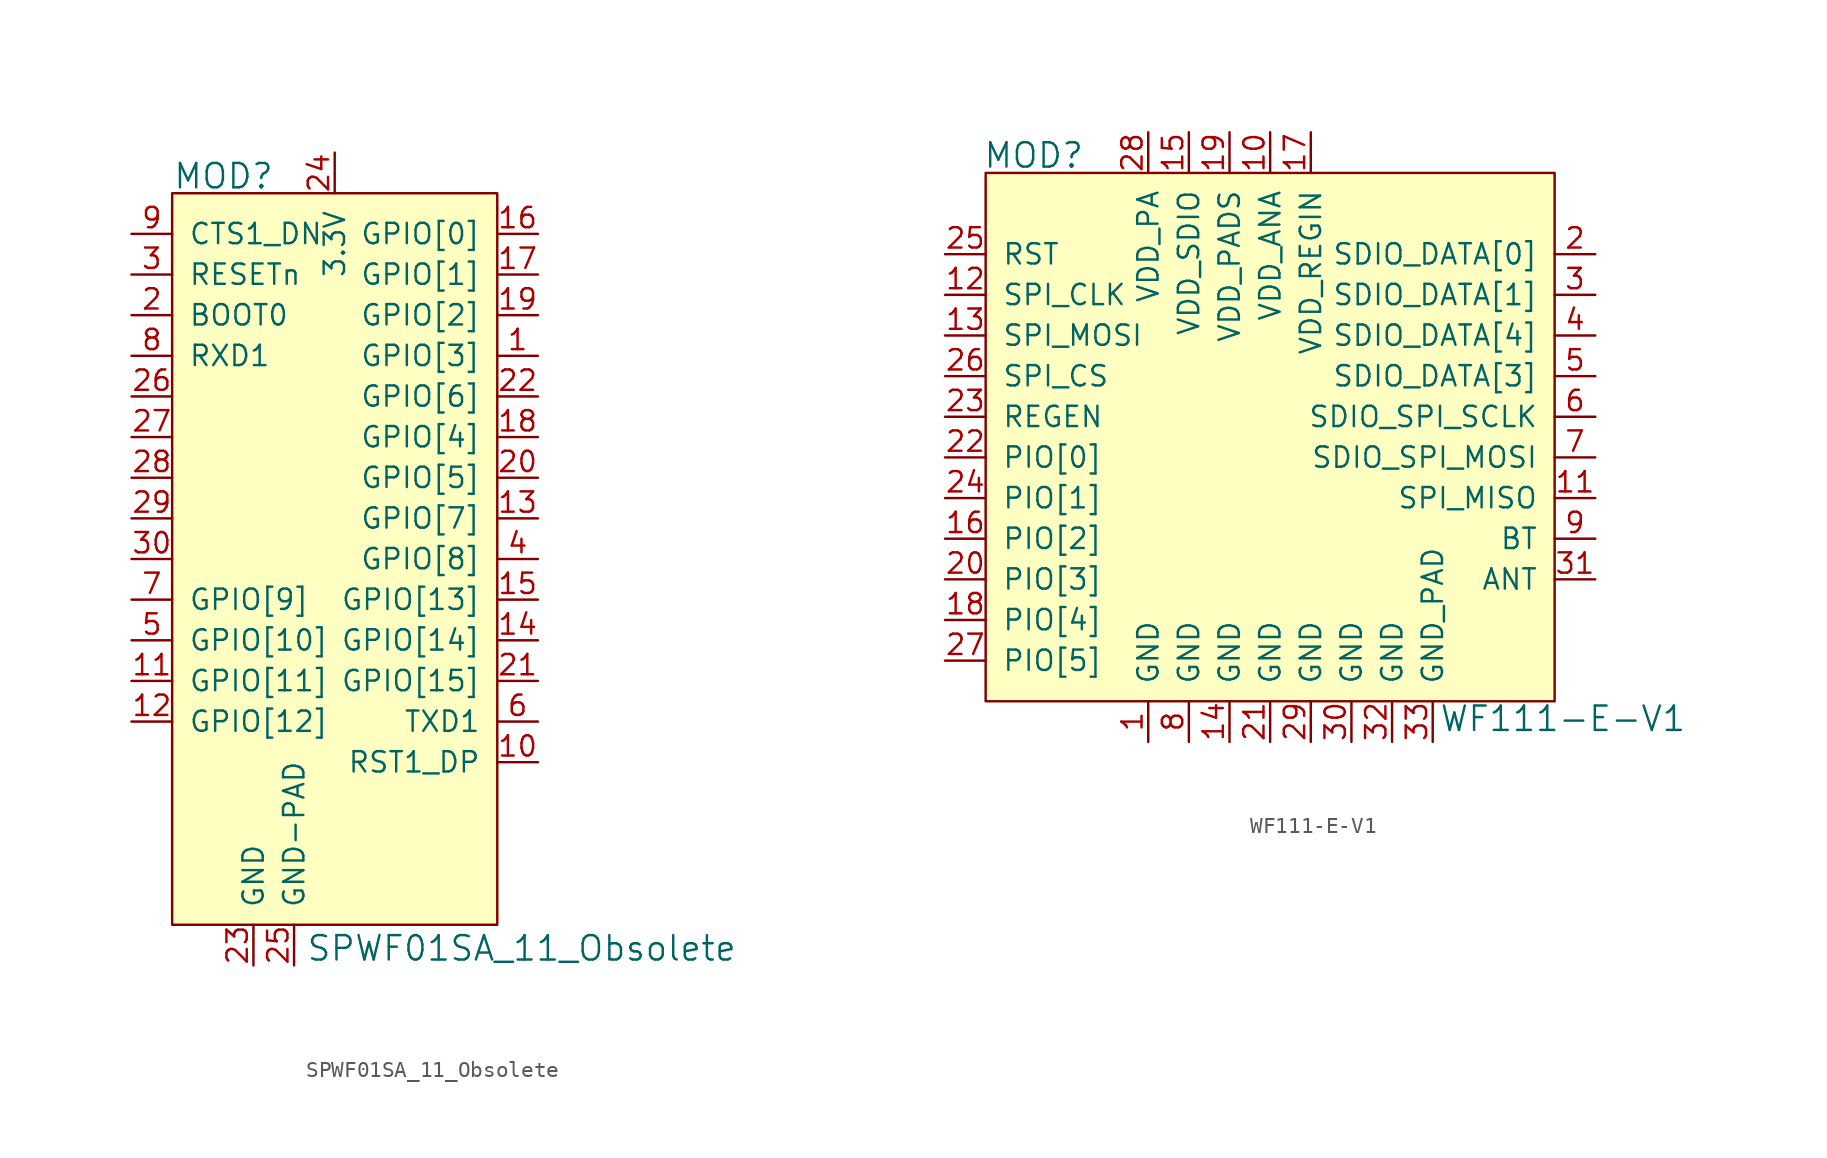
<source format=kicad_sym>
(kicad_symbol_lib
  (version 20220914)
  (generator kicad_symbol_editor)
  (symbol "SPWF01SA_11_Obsolete"
    (pin_names
      (offset 1.016))
    (property "Reference" "MOD"
      (at -10.135 6.147 0)
      (effects (font (size 1.524 1.524)) (justify left)))
    (property "Value" "SPWF01SA_11_Obsolete"
      (at -1.803 -42.113 0)
      (effects (font (size 1.524 1.524)) (justify left)))
    (symbol "SPWF01SA_11_Obsolete_0_1"
      (rectangle (start -10.16 5.08) (end 10.16 -40.64) (stroke (width 0) (type solid)) (fill (type background))))
    (symbol "SPWF01SA_11_Obsolete_1_1"
      (pin bidirectional line (at 12.7 -5.08 180) (length 2.54) (name "GPIO[3]" (effects (font (size 1.27 1.27)))) (number "1" (effects (font (size 1.27 1.27)))))
      (pin output line (at 12.7 -30.48 180) (length 2.54) (name "RST1_DP" (effects (font (size 1.27 1.27)))) (number "10" (effects (font (size 1.27 1.27)))))
      (pin bidirectional line (at -12.7 -25.4 0) (length 2.54) (name "GPIO[11]" (effects (font (size 1.27 1.27)))) (number "11" (effects (font (size 1.27 1.27)))))
      (pin bidirectional line (at -12.7 -27.94 0) (length 2.54) (name "GPIO[12]" (effects (font (size 1.27 1.27)))) (number "12" (effects (font (size 1.27 1.27)))))
      (pin bidirectional line (at 12.7 -15.24 180) (length 2.54) (name "GPIO[7]" (effects (font (size 1.27 1.27)))) (number "13" (effects (font (size 1.27 1.27)))))
      (pin bidirectional line (at 12.7 -22.86 180) (length 2.54) (name "GPIO[14]" (effects (font (size 1.27 1.27)))) (number "14" (effects (font (size 1.27 1.27)))))
      (pin bidirectional line (at 12.7 -20.32 180) (length 2.54) (name "GPIO[13]" (effects (font (size 1.27 1.27)))) (number "15" (effects (font (size 1.27 1.27)))))
      (pin bidirectional line (at 12.7 2.54 180) (length 2.54) (name "GPIO[0]" (effects (font (size 1.27 1.27)))) (number "16" (effects (font (size 1.27 1.27)))))
      (pin bidirectional line (at 12.7 0 180) (length 2.54) (name "GPIO[1]" (effects (font (size 1.27 1.27)))) (number "17" (effects (font (size 1.27 1.27)))))
      (pin bidirectional line (at 12.7 -10.16 180) (length 2.54) (name "GPIO[4]" (effects (font (size 1.27 1.27)))) (number "18" (effects (font (size 1.27 1.27)))))
      (pin bidirectional line (at 12.7 -2.54 180) (length 2.54) (name "GPIO[2]" (effects (font (size 1.27 1.27)))) (number "19" (effects (font (size 1.27 1.27)))))
      (pin input line (at -12.7 -2.54 0) (length 2.54) (name "BOOT0" (effects (font (size 1.27 1.27)))) (number "2" (effects (font (size 1.27 1.27)))))
      (pin bidirectional line (at 12.7 -12.7 180) (length 2.54) (name "GPIO[5]" (effects (font (size 1.27 1.27)))) (number "20" (effects (font (size 1.27 1.27)))))
      (pin bidirectional line (at 12.7 -25.4 180) (length 2.54) (name "GPIO[15]" (effects (font (size 1.27 1.27)))) (number "21" (effects (font (size 1.27 1.27)))))
      (pin bidirectional line (at 12.7 -7.62 180) (length 2.54) (name "GPIO[6]" (effects (font (size 1.27 1.27)))) (number "22" (effects (font (size 1.27 1.27)))))
      (pin power_in line (at -5.08 -43.18 90) (length 2.54) (name "GND" (effects (font (size 1.27 1.27)))) (number "23" (effects (font (size 1.27 1.27)))))
      (pin power_in line (at 0 7.62 270) (length 2.54) (name "3.3V" (effects (font (size 1.27 1.27)))) (number "24" (effects (font (size 1.27 1.27)))))
      (pin power_in line (at -2.54 -43.18 90) (length 2.54) (name "GND-PAD" (effects (font (size 1.27 1.27)))) (number "25" (effects (font (size 1.27 1.27)))))
      (pin unspecified line (at -12.7 -7.62 0) (length 2.54) (name "~" (effects (font (size 1.27 1.27)))) (number "26" (effects (font (size 1.27 1.27)))))
      (pin unspecified line (at -12.7 -10.16 0) (length 2.54) (name "~" (effects (font (size 1.27 1.27)))) (number "27" (effects (font (size 1.27 1.27)))))
      (pin unspecified line (at -12.7 -12.7 0) (length 2.54) (name "~" (effects (font (size 1.27 1.27)))) (number "28" (effects (font (size 1.27 1.27)))))
      (pin unspecified line (at -12.7 -15.24 0) (length 2.54) (name "~" (effects (font (size 1.27 1.27)))) (number "29" (effects (font (size 1.27 1.27)))))
      (pin input line (at -12.7 0 0) (length 2.54) (name "RESETn" (effects (font (size 1.27 1.27)))) (number "3" (effects (font (size 1.27 1.27)))))
      (pin unspecified line (at -12.7 -17.78 0) (length 2.54) (name "~" (effects (font (size 1.27 1.27)))) (number "30" (effects (font (size 1.27 1.27)))))
      (pin bidirectional line (at 12.7 -17.78 180) (length 2.54) (name "GPIO[8]" (effects (font (size 1.27 1.27)))) (number "4" (effects (font (size 1.27 1.27)))))
      (pin bidirectional line (at -12.7 -22.86 0) (length 2.54) (name "GPIO[10]" (effects (font (size 1.27 1.27)))) (number "5" (effects (font (size 1.27 1.27)))))
      (pin output line (at 12.7 -27.94 180) (length 2.54) (name "TXD1" (effects (font (size 1.27 1.27)))) (number "6" (effects (font (size 1.27 1.27)))))
      (pin bidirectional line (at -12.7 -20.32 0) (length 2.54) (name "GPIO[9]" (effects (font (size 1.27 1.27)))) (number "7" (effects (font (size 1.27 1.27)))))
      (pin input line (at -12.7 -5.08 0) (length 2.54) (name "RXD1" (effects (font (size 1.27 1.27)))) (number "8" (effects (font (size 1.27 1.27)))))
      (pin input line (at -12.7 2.54 0) (length 2.54) (name "CTS1_DN" (effects (font (size 1.27 1.27)))) (number "9" (effects (font (size 1.27 1.27)))))))
  (symbol "WF111-E-V1"
    (pin_names
      (offset 1.016))
    (property "Reference" "MOD"
      (at -17.958 23.952 0)
      (effects (font (size 1.524 1.524)) (justify left)))
    (property "Value" "WF111-E-V1"
      (at 10.541 -11.252 0)
      (effects (font (size 1.524 1.524)) (justify left)))
    (symbol "WF111-E-V1_0_1"
      (rectangle (start -17.78 22.86) (end 17.78 -10.16) (stroke (width 0) (type solid)) (fill (type background))))
    (symbol "WF111-E-V1_1_1"
      (pin power_in line (at -7.62 -12.7 90) (length 2.54) (name "GND" (effects (font (size 1.27 1.27)))) (number "1" (effects (font (size 1.27 1.27)))))
      (pin power_in line (at 0 25.4 270) (length 2.54) (name "VDD_ANA" (effects (font (size 1.27 1.27)))) (number "10" (effects (font (size 1.27 1.27)))))
      (pin tri_state line (at 20.32 2.54 180) (length 2.54) (name "SPI_MISO" (effects (font (size 1.27 1.27)))) (number "11" (effects (font (size 1.27 1.27)))))
      (pin input line (at -20.32 15.24 0) (length 2.54) (name "SPI_CLK" (effects (font (size 1.27 1.27)))) (number "12" (effects (font (size 1.27 1.27)))))
      (pin input line (at -20.32 12.7 0) (length 2.54) (name "SPI_MOSI" (effects (font (size 1.27 1.27)))) (number "13" (effects (font (size 1.27 1.27)))))
      (pin power_in line (at -2.54 -12.7 90) (length 2.54) (name "GND" (effects (font (size 1.27 1.27)))) (number "14" (effects (font (size 1.27 1.27)))))
      (pin power_in line (at -5.08 25.4 270) (length 2.54) (name "VDD_SDIO" (effects (font (size 1.27 1.27)))) (number "15" (effects (font (size 1.27 1.27)))))
      (pin bidirectional line (at -20.32 0 0) (length 2.54) (name "PIO[2]" (effects (font (size 1.27 1.27)))) (number "16" (effects (font (size 1.27 1.27)))))
      (pin power_in line (at 2.54 25.4 270) (length 2.54) (name "VDD_REGIN" (effects (font (size 1.27 1.27)))) (number "17" (effects (font (size 1.27 1.27)))))
      (pin bidirectional line (at -20.32 -5.08 0) (length 2.54) (name "PIO[4]" (effects (font (size 1.27 1.27)))) (number "18" (effects (font (size 1.27 1.27)))))
      (pin power_in line (at -2.54 25.4 270) (length 2.54) (name "VDD_PADS" (effects (font (size 1.27 1.27)))) (number "19" (effects (font (size 1.27 1.27)))))
      (pin bidirectional line (at 20.32 17.78 180) (length 2.54) (name "SDIO_DATA[0]" (effects (font (size 1.27 1.27)))) (number "2" (effects (font (size 1.27 1.27)))))
      (pin bidirectional line (at -20.32 -2.54 0) (length 2.54) (name "PIO[3]" (effects (font (size 1.27 1.27)))) (number "20" (effects (font (size 1.27 1.27)))))
      (pin power_in line (at 0 -12.7 90) (length 2.54) (name "GND" (effects (font (size 1.27 1.27)))) (number "21" (effects (font (size 1.27 1.27)))))
      (pin bidirectional line (at -20.32 5.08 0) (length 2.54) (name "PIO[0]" (effects (font (size 1.27 1.27)))) (number "22" (effects (font (size 1.27 1.27)))))
      (pin input line (at -20.32 7.62 0) (length 2.54) (name "REGEN" (effects (font (size 1.27 1.27)))) (number "23" (effects (font (size 1.27 1.27)))))
      (pin bidirectional line (at -20.32 2.54 0) (length 2.54) (name "PIO[1]" (effects (font (size 1.27 1.27)))) (number "24" (effects (font (size 1.27 1.27)))))
      (pin input line (at -20.32 17.78 0) (length 2.54) (name "RST" (effects (font (size 1.27 1.27)))) (number "25" (effects (font (size 1.27 1.27)))))
      (pin input line (at -20.32 10.16 0) (length 2.54) (name "SPI_CS" (effects (font (size 1.27 1.27)))) (number "26" (effects (font (size 1.27 1.27)))))
      (pin bidirectional line (at -20.32 -7.62 0) (length 2.54) (name "PIO[5]" (effects (font (size 1.27 1.27)))) (number "27" (effects (font (size 1.27 1.27)))))
      (pin power_in line (at -7.62 25.4 270) (length 2.54) (name "VDD_PA" (effects (font (size 1.27 1.27)))) (number "28" (effects (font (size 1.27 1.27)))))
      (pin power_in line (at 2.54 -12.7 90) (length 2.54) (name "GND" (effects (font (size 1.27 1.27)))) (number "29" (effects (font (size 1.27 1.27)))))
      (pin bidirectional line (at 20.32 15.24 180) (length 2.54) (name "SDIO_DATA[1]" (effects (font (size 1.27 1.27)))) (number "3" (effects (font (size 1.27 1.27)))))
      (pin power_in line (at 5.08 -12.7 90) (length 2.54) (name "GND" (effects (font (size 1.27 1.27)))) (number "30" (effects (font (size 1.27 1.27)))))
      (pin output line (at 20.32 -2.54 180) (length 2.54) (name "ANT" (effects (font (size 1.27 1.27)))) (number "31" (effects (font (size 1.27 1.27)))))
      (pin power_in line (at 7.62 -12.7 90) (length 2.54) (name "GND" (effects (font (size 1.27 1.27)))) (number "32" (effects (font (size 1.27 1.27)))))
      (pin power_in line (at 10.16 -12.7 90) (length 2.54) (name "GND_PAD" (effects (font (size 1.27 1.27)))) (number "33" (effects (font (size 1.27 1.27)))))
      (pin bidirectional line (at 20.32 12.7 180) (length 2.54) (name "SDIO_DATA[4]" (effects (font (size 1.27 1.27)))) (number "4" (effects (font (size 1.27 1.27)))))
      (pin bidirectional line (at 20.32 10.16 180) (length 2.54) (name "SDIO_DATA[3]" (effects (font (size 1.27 1.27)))) (number "5" (effects (font (size 1.27 1.27)))))
      (pin input line (at 20.32 7.62 180) (length 2.54) (name "SDIO_SPI_SCLK" (effects (font (size 1.27 1.27)))) (number "6" (effects (font (size 1.27 1.27)))))
      (pin input line (at 20.32 5.08 180) (length 2.54) (name "SDIO_SPI_MOSI" (effects (font (size 1.27 1.27)))) (number "7" (effects (font (size 1.27 1.27)))))
      (pin power_in line (at -5.08 -12.7 90) (length 2.54) (name "GND" (effects (font (size 1.27 1.27)))) (number "8" (effects (font (size 1.27 1.27)))))
      (pin input line (at 20.32 0 180) (length 2.54) (name "BT" (effects (font (size 1.27 1.27)))) (number "9" (effects (font (size 1.27 1.27))))))))
</source>
